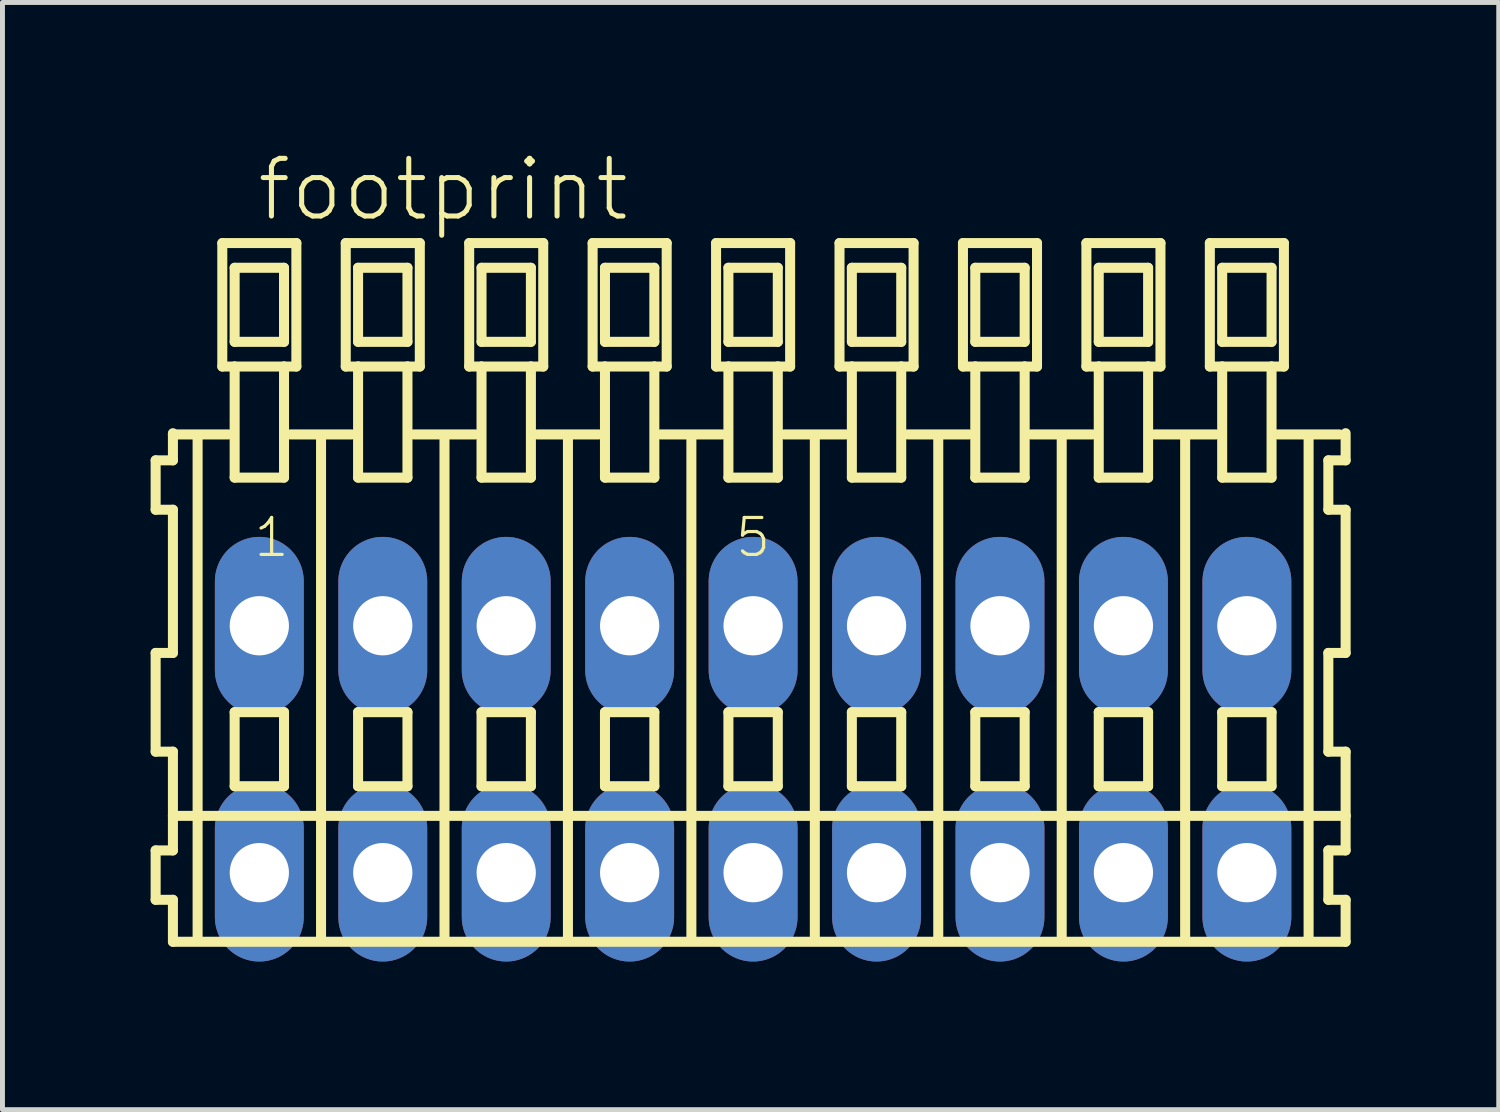
<source format=kicad_pcb>
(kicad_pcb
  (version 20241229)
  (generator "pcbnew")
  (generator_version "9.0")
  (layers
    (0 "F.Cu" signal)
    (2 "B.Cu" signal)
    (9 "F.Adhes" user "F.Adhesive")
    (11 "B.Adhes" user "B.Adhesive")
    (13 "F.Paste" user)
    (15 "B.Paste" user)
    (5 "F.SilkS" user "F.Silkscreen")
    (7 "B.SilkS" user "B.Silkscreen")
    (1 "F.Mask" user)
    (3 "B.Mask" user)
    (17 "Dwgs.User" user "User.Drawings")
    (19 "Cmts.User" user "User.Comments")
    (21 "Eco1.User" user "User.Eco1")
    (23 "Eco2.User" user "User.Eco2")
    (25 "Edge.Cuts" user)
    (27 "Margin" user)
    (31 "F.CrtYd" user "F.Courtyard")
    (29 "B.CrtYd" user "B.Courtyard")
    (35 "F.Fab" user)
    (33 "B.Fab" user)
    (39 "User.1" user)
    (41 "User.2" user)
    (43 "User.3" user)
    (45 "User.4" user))
  (footprint "footprint"
    (layer "F.Cu")
    (at 12.202 12.123)
    (property "Reference" "footprint" (at -10.1 -10.65 0) (layer "F.SilkS") (effects (font (size 1.168 1.168) (thickness 0.102)) (justify left bottom)))
    (fp_line (start -12.1 -5.85) (end -12.1 -4.85) (stroke (width 0.203) (type solid)) (layer "F.SilkS"))
    (fp_line (start -12.1 -4.85) (end -11.75 -4.85) (stroke (width 0.203) (type solid)) (layer "F.SilkS"))
    (fp_line (start -12.1 -1.95) (end -12.1 0.05) (stroke (width 0.203) (type solid)) (layer "F.SilkS"))
    (fp_line (start -12.1 0.05) (end -11.75 0.05) (stroke (width 0.203) (type solid)) (layer "F.SilkS"))
    (fp_line (start -12.1 2.05) (end -12.1 3.05) (stroke (width 0.203) (type solid)) (layer "F.SilkS"))
    (fp_line (start -12.1 3.05) (end -11.75 3.05) (stroke (width 0.203) (type solid)) (layer "F.SilkS"))
    (fp_line (start -11.75 -6.4) (end -11.75 -6.375) (stroke (width 0.203) (type solid)) (layer "F.SilkS"))
    (fp_line (start -11.75 -6.375) (end -11.75 -5.85) (stroke (width 0.203) (type solid)) (layer "F.SilkS"))
    (fp_line (start -11.75 -6.375) (end -10.625 -6.375) (stroke (width 0.203) (type solid)) (layer "F.SilkS"))
    (fp_line (start -11.75 -5.85) (end -12.1 -5.85) (stroke (width 0.203) (type solid)) (layer "F.SilkS"))
    (fp_line (start -11.75 -4.85) (end -11.75 -1.95) (stroke (width 0.203) (type solid)) (layer "F.SilkS"))
    (fp_line (start -11.75 -1.95) (end -12.1 -1.95) (stroke (width 0.203) (type solid)) (layer "F.SilkS"))
    (fp_line (start -11.75 0.05) (end -11.75 1.35) (stroke (width 0.203) (type solid)) (layer "F.SilkS"))
    (fp_line (start -11.75 1.35) (end -11.75 2.05) (stroke (width 0.203) (type solid)) (layer "F.SilkS"))
    (fp_line (start -11.75 1.35) (end 12 1.35) (stroke (width 0.203) (type solid)) (layer "F.SilkS"))
    (fp_line (start -11.75 2.05) (end -12.1 2.05) (stroke (width 0.203) (type solid)) (layer "F.SilkS"))
    (fp_line (start -11.75 3.05) (end -11.75 3.9) (stroke (width 0.203) (type solid)) (layer "F.SilkS"))
    (fp_line (start -11.75 3.9) (end 12 3.9) (stroke (width 0.203) (type solid)) (layer "F.SilkS"))
    (fp_line (start -11.25 -6.35) (end -11.25 3.8) (stroke (width 0.203) (type solid)) (layer "F.SilkS"))
    (fp_line (start -10.75 -10.25) (end -10.75 -7.75) (stroke (width 0.203) (type solid)) (layer "F.SilkS"))
    (fp_line (start -10.75 -7.75) (end -10.5 -7.75) (stroke (width 0.203) (type solid)) (layer "F.SilkS"))
    (fp_line (start -10.5 -9.75) (end -10.5 -8.25) (stroke (width 0.203) (type solid)) (layer "F.SilkS"))
    (fp_line (start -10.5 -8.25) (end -9.5 -8.25) (stroke (width 0.203) (type solid)) (layer "F.SilkS"))
    (fp_line (start -10.5 -7.75) (end -10.5 -5.5) (stroke (width 0.203) (type solid)) (layer "F.SilkS"))
    (fp_line (start -10.5 -7.75) (end -9.5 -7.75) (stroke (width 0.203) (type solid)) (layer "F.SilkS"))
    (fp_line (start -10.5 -5.5) (end -9.5 -5.5) (stroke (width 0.203) (type solid)) (layer "F.SilkS"))
    (fp_line (start -10.5 -0.75) (end -10.5 0.75) (stroke (width 0.203) (type solid)) (layer "F.SilkS"))
    (fp_line (start -10.5 0.75) (end -9.5 0.75) (stroke (width 0.203) (type solid)) (layer "F.SilkS"))
    (fp_line (start -9.5 -9.75) (end -10.5 -9.75) (stroke (width 0.203) (type solid)) (layer "F.SilkS"))
    (fp_line (start -9.5 -8.25) (end -9.5 -9.75) (stroke (width 0.203) (type solid)) (layer "F.SilkS"))
    (fp_line (start -9.5 -7.75) (end -9.25 -7.75) (stroke (width 0.203) (type solid)) (layer "F.SilkS"))
    (fp_line (start -9.5 -5.5) (end -9.5 -7.75) (stroke (width 0.203) (type solid)) (layer "F.SilkS"))
    (fp_line (start -9.5 -0.75) (end -10.5 -0.75) (stroke (width 0.203) (type solid)) (layer "F.SilkS"))
    (fp_line (start -9.5 0.75) (end -9.5 -0.75) (stroke (width 0.203) (type solid)) (layer "F.SilkS"))
    (fp_line (start -9.375 -6.375) (end -8.125 -6.375) (stroke (width 0.203) (type solid)) (layer "F.SilkS"))
    (fp_line (start -9.25 -10.25) (end -10.75 -10.25) (stroke (width 0.203) (type solid)) (layer "F.SilkS"))
    (fp_line (start -9.25 -7.75) (end -9.25 -10.25) (stroke (width 0.203) (type solid)) (layer "F.SilkS"))
    (fp_line (start -8.75 -6.35) (end -8.75 3.8) (stroke (width 0.203) (type solid)) (layer "F.SilkS"))
    (fp_line (start -8.25 -10.25) (end -8.25 -7.75) (stroke (width 0.203) (type solid)) (layer "F.SilkS"))
    (fp_line (start -8.25 -7.75) (end -8 -7.75) (stroke (width 0.203) (type solid)) (layer "F.SilkS"))
    (fp_line (start -8 -9.75) (end -8 -8.25) (stroke (width 0.203) (type solid)) (layer "F.SilkS"))
    (fp_line (start -8 -8.25) (end -7 -8.25) (stroke (width 0.203) (type solid)) (layer "F.SilkS"))
    (fp_line (start -8 -7.75) (end -8 -5.5) (stroke (width 0.203) (type solid)) (layer "F.SilkS"))
    (fp_line (start -8 -7.75) (end -7 -7.75) (stroke (width 0.203) (type solid)) (layer "F.SilkS"))
    (fp_line (start -8 -5.5) (end -7 -5.5) (stroke (width 0.203) (type solid)) (layer "F.SilkS"))
    (fp_line (start -8 -0.75) (end -8 0.75) (stroke (width 0.203) (type solid)) (layer "F.SilkS"))
    (fp_line (start -8 0.75) (end -7 0.75) (stroke (width 0.203) (type solid)) (layer "F.SilkS"))
    (fp_line (start -7 -9.75) (end -8 -9.75) (stroke (width 0.203) (type solid)) (layer "F.SilkS"))
    (fp_line (start -7 -8.25) (end -7 -9.75) (stroke (width 0.203) (type solid)) (layer "F.SilkS"))
    (fp_line (start -7 -7.75) (end -6.75 -7.75) (stroke (width 0.203) (type solid)) (layer "F.SilkS"))
    (fp_line (start -7 -5.5) (end -7 -7.75) (stroke (width 0.203) (type solid)) (layer "F.SilkS"))
    (fp_line (start -7 -0.75) (end -8 -0.75) (stroke (width 0.203) (type solid)) (layer "F.SilkS"))
    (fp_line (start -7 0.75) (end -7 -0.75) (stroke (width 0.203) (type solid)) (layer "F.SilkS"))
    (fp_line (start -6.875 -6.375) (end -5.625 -6.375) (stroke (width 0.203) (type solid)) (layer "F.SilkS"))
    (fp_line (start -6.75 -10.25) (end -8.25 -10.25) (stroke (width 0.203) (type solid)) (layer "F.SilkS"))
    (fp_line (start -6.75 -7.75) (end -6.75 -10.25) (stroke (width 0.203) (type solid)) (layer "F.SilkS"))
    (fp_line (start -6.25 -6.35) (end -6.25 3.8) (stroke (width 0.203) (type solid)) (layer "F.SilkS"))
    (fp_line (start -5.75 -10.25) (end -5.75 -7.75) (stroke (width 0.203) (type solid)) (layer "F.SilkS"))
    (fp_line (start -5.75 -7.75) (end -5.5 -7.75) (stroke (width 0.203) (type solid)) (layer "F.SilkS"))
    (fp_line (start -5.5 -9.75) (end -5.5 -8.25) (stroke (width 0.203) (type solid)) (layer "F.SilkS"))
    (fp_line (start -5.5 -8.25) (end -4.5 -8.25) (stroke (width 0.203) (type solid)) (layer "F.SilkS"))
    (fp_line (start -5.5 -7.75) (end -5.5 -5.5) (stroke (width 0.203) (type solid)) (layer "F.SilkS"))
    (fp_line (start -5.5 -7.75) (end -4.5 -7.75) (stroke (width 0.203) (type solid)) (layer "F.SilkS"))
    (fp_line (start -5.5 -5.5) (end -4.5 -5.5) (stroke (width 0.203) (type solid)) (layer "F.SilkS"))
    (fp_line (start -5.5 -0.75) (end -5.5 0.75) (stroke (width 0.203) (type solid)) (layer "F.SilkS"))
    (fp_line (start -5.5 0.75) (end -4.5 0.75) (stroke (width 0.203) (type solid)) (layer "F.SilkS"))
    (fp_line (start -4.5 -9.75) (end -5.5 -9.75) (stroke (width 0.203) (type solid)) (layer "F.SilkS"))
    (fp_line (start -4.5 -8.25) (end -4.5 -9.75) (stroke (width 0.203) (type solid)) (layer "F.SilkS"))
    (fp_line (start -4.5 -7.75) (end -4.25 -7.75) (stroke (width 0.203) (type solid)) (layer "F.SilkS"))
    (fp_line (start -4.5 -5.5) (end -4.5 -7.75) (stroke (width 0.203) (type solid)) (layer "F.SilkS"))
    (fp_line (start -4.5 -0.75) (end -5.5 -0.75) (stroke (width 0.203) (type solid)) (layer "F.SilkS"))
    (fp_line (start -4.5 0.75) (end -4.5 -0.75) (stroke (width 0.203) (type solid)) (layer "F.SilkS"))
    (fp_line (start -4.375 -6.375) (end -3.125 -6.375) (stroke (width 0.203) (type solid)) (layer "F.SilkS"))
    (fp_line (start -4.25 -10.25) (end -5.75 -10.25) (stroke (width 0.203) (type solid)) (layer "F.SilkS"))
    (fp_line (start -4.25 -7.75) (end -4.25 -10.25) (stroke (width 0.203) (type solid)) (layer "F.SilkS"))
    (fp_line (start -3.75 -6.35) (end -3.75 3.8) (stroke (width 0.203) (type solid)) (layer "F.SilkS"))
    (fp_line (start -3.25 -10.25) (end -3.25 -7.75) (stroke (width 0.203) (type solid)) (layer "F.SilkS"))
    (fp_line (start -3.25 -7.75) (end -3 -7.75) (stroke (width 0.203) (type solid)) (layer "F.SilkS"))
    (fp_line (start -3 -9.75) (end -3 -8.25) (stroke (width 0.203) (type solid)) (layer "F.SilkS"))
    (fp_line (start -3 -8.25) (end -2 -8.25) (stroke (width 0.203) (type solid)) (layer "F.SilkS"))
    (fp_line (start -3 -7.75) (end -3 -5.5) (stroke (width 0.203) (type solid)) (layer "F.SilkS"))
    (fp_line (start -3 -7.75) (end -2 -7.75) (stroke (width 0.203) (type solid)) (layer "F.SilkS"))
    (fp_line (start -3 -5.5) (end -2 -5.5) (stroke (width 0.203) (type solid)) (layer "F.SilkS"))
    (fp_line (start -3 -0.75) (end -3 0.75) (stroke (width 0.203) (type solid)) (layer "F.SilkS"))
    (fp_line (start -3 0.75) (end -2 0.75) (stroke (width 0.203) (type solid)) (layer "F.SilkS"))
    (fp_line (start -2 -9.75) (end -3 -9.75) (stroke (width 0.203) (type solid)) (layer "F.SilkS"))
    (fp_line (start -2 -8.25) (end -2 -9.75) (stroke (width 0.203) (type solid)) (layer "F.SilkS"))
    (fp_line (start -2 -7.75) (end -1.75 -7.75) (stroke (width 0.203) (type solid)) (layer "F.SilkS"))
    (fp_line (start -2 -5.5) (end -2 -7.75) (stroke (width 0.203) (type solid)) (layer "F.SilkS"))
    (fp_line (start -2 -0.75) (end -3 -0.75) (stroke (width 0.203) (type solid)) (layer "F.SilkS"))
    (fp_line (start -2 0.75) (end -2 -0.75) (stroke (width 0.203) (type solid)) (layer "F.SilkS"))
    (fp_line (start -1.875 -6.375) (end -0.625 -6.375) (stroke (width 0.203) (type solid)) (layer "F.SilkS"))
    (fp_line (start -1.75 -10.25) (end -3.25 -10.25) (stroke (width 0.203) (type solid)) (layer "F.SilkS"))
    (fp_line (start -1.75 -7.75) (end -1.75 -10.25) (stroke (width 0.203) (type solid)) (layer "F.SilkS"))
    (fp_line (start -1.25 -6.35) (end -1.25 3.8) (stroke (width 0.203) (type solid)) (layer "F.SilkS"))
    (fp_line (start -0.75 -10.25) (end -0.75 -7.75) (stroke (width 0.203) (type solid)) (layer "F.SilkS"))
    (fp_line (start -0.75 -7.75) (end -0.5 -7.75) (stroke (width 0.203) (type solid)) (layer "F.SilkS"))
    (fp_line (start -0.5 -9.75) (end -0.5 -8.25) (stroke (width 0.203) (type solid)) (layer "F.SilkS"))
    (fp_line (start -0.5 -8.25) (end 0.5 -8.25) (stroke (width 0.203) (type solid)) (layer "F.SilkS"))
    (fp_line (start -0.5 -7.75) (end -0.5 -5.5) (stroke (width 0.203) (type solid)) (layer "F.SilkS"))
    (fp_line (start -0.5 -7.75) (end 0.5 -7.75) (stroke (width 0.203) (type solid)) (layer "F.SilkS"))
    (fp_line (start -0.5 -5.5) (end 0.5 -5.5) (stroke (width 0.203) (type solid)) (layer "F.SilkS"))
    (fp_line (start -0.5 -0.75) (end -0.5 0.75) (stroke (width 0.203) (type solid)) (layer "F.SilkS"))
    (fp_line (start -0.5 0.75) (end 0.5 0.75) (stroke (width 0.203) (type solid)) (layer "F.SilkS"))
    (fp_line (start 0.5 -9.75) (end -0.5 -9.75) (stroke (width 0.203) (type solid)) (layer "F.SilkS"))
    (fp_line (start 0.5 -8.25) (end 0.5 -9.75) (stroke (width 0.203) (type solid)) (layer "F.SilkS"))
    (fp_line (start 0.5 -7.75) (end 0.75 -7.75) (stroke (width 0.203) (type solid)) (layer "F.SilkS"))
    (fp_line (start 0.5 -5.5) (end 0.5 -7.75) (stroke (width 0.203) (type solid)) (layer "F.SilkS"))
    (fp_line (start 0.5 -0.75) (end -0.5 -0.75) (stroke (width 0.203) (type solid)) (layer "F.SilkS"))
    (fp_line (start 0.5 0.75) (end 0.5 -0.75) (stroke (width 0.203) (type solid)) (layer "F.SilkS"))
    (fp_line (start 0.625 -6.375) (end 1.875 -6.375) (stroke (width 0.203) (type solid)) (layer "F.SilkS"))
    (fp_line (start 0.75 -10.25) (end -0.75 -10.25) (stroke (width 0.203) (type solid)) (layer "F.SilkS"))
    (fp_line (start 0.75 -7.75) (end 0.75 -10.25) (stroke (width 0.203) (type solid)) (layer "F.SilkS"))
    (fp_line (start 1.25 -6.35) (end 1.25 3.8) (stroke (width 0.203) (type solid)) (layer "F.SilkS"))
    (fp_line (start 1.75 -10.25) (end 1.75 -7.75) (stroke (width 0.203) (type solid)) (layer "F.SilkS"))
    (fp_line (start 1.75 -7.75) (end 2 -7.75) (stroke (width 0.203) (type solid)) (layer "F.SilkS"))
    (fp_line (start 2 -9.75) (end 2 -8.25) (stroke (width 0.203) (type solid)) (layer "F.SilkS"))
    (fp_line (start 2 -8.25) (end 3 -8.25) (stroke (width 0.203) (type solid)) (layer "F.SilkS"))
    (fp_line (start 2 -7.75) (end 2 -5.5) (stroke (width 0.203) (type solid)) (layer "F.SilkS"))
    (fp_line (start 2 -7.75) (end 3 -7.75) (stroke (width 0.203) (type solid)) (layer "F.SilkS"))
    (fp_line (start 2 -5.5) (end 3 -5.5) (stroke (width 0.203) (type solid)) (layer "F.SilkS"))
    (fp_line (start 2 -0.75) (end 2 0.75) (stroke (width 0.203) (type solid)) (layer "F.SilkS"))
    (fp_line (start 2 0.75) (end 3 0.75) (stroke (width 0.203) (type solid)) (layer "F.SilkS"))
    (fp_line (start 3 -9.75) (end 2 -9.75) (stroke (width 0.203) (type solid)) (layer "F.SilkS"))
    (fp_line (start 3 -8.25) (end 3 -9.75) (stroke (width 0.203) (type solid)) (layer "F.SilkS"))
    (fp_line (start 3 -7.75) (end 3.25 -7.75) (stroke (width 0.203) (type solid)) (layer "F.SilkS"))
    (fp_line (start 3 -5.5) (end 3 -7.75) (stroke (width 0.203) (type solid)) (layer "F.SilkS"))
    (fp_line (start 3 -0.75) (end 2 -0.75) (stroke (width 0.203) (type solid)) (layer "F.SilkS"))
    (fp_line (start 3 0.75) (end 3 -0.75) (stroke (width 0.203) (type solid)) (layer "F.SilkS"))
    (fp_line (start 3.125 -6.375) (end 4.375 -6.375) (stroke (width 0.203) (type solid)) (layer "F.SilkS"))
    (fp_line (start 3.25 -10.25) (end 1.75 -10.25) (stroke (width 0.203) (type solid)) (layer "F.SilkS"))
    (fp_line (start 3.25 -7.75) (end 3.25 -10.25) (stroke (width 0.203) (type solid)) (layer "F.SilkS"))
    (fp_line (start 3.75 -6.35) (end 3.75 3.8) (stroke (width 0.203) (type solid)) (layer "F.SilkS"))
    (fp_line (start 4.25 -10.25) (end 4.25 -7.75) (stroke (width 0.203) (type solid)) (layer "F.SilkS"))
    (fp_line (start 4.25 -7.75) (end 4.5 -7.75) (stroke (width 0.203) (type solid)) (layer "F.SilkS"))
    (fp_line (start 4.5 -9.75) (end 4.5 -8.25) (stroke (width 0.203) (type solid)) (layer "F.SilkS"))
    (fp_line (start 4.5 -8.25) (end 5.5 -8.25) (stroke (width 0.203) (type solid)) (layer "F.SilkS"))
    (fp_line (start 4.5 -7.75) (end 4.5 -5.5) (stroke (width 0.203) (type solid)) (layer "F.SilkS"))
    (fp_line (start 4.5 -7.75) (end 5.5 -7.75) (stroke (width 0.203) (type solid)) (layer "F.SilkS"))
    (fp_line (start 4.5 -5.5) (end 5.5 -5.5) (stroke (width 0.203) (type solid)) (layer "F.SilkS"))
    (fp_line (start 4.5 -0.75) (end 4.5 0.75) (stroke (width 0.203) (type solid)) (layer "F.SilkS"))
    (fp_line (start 4.5 0.75) (end 5.5 0.75) (stroke (width 0.203) (type solid)) (layer "F.SilkS"))
    (fp_line (start 5.5 -9.75) (end 4.5 -9.75) (stroke (width 0.203) (type solid)) (layer "F.SilkS"))
    (fp_line (start 5.5 -8.25) (end 5.5 -9.75) (stroke (width 0.203) (type solid)) (layer "F.SilkS"))
    (fp_line (start 5.5 -7.75) (end 5.75 -7.75) (stroke (width 0.203) (type solid)) (layer "F.SilkS"))
    (fp_line (start 5.5 -5.5) (end 5.5 -7.75) (stroke (width 0.203) (type solid)) (layer "F.SilkS"))
    (fp_line (start 5.5 -0.75) (end 4.5 -0.75) (stroke (width 0.203) (type solid)) (layer "F.SilkS"))
    (fp_line (start 5.5 0.75) (end 5.5 -0.75) (stroke (width 0.203) (type solid)) (layer "F.SilkS"))
    (fp_line (start 5.625 -6.375) (end 6.875 -6.375) (stroke (width 0.203) (type solid)) (layer "F.SilkS"))
    (fp_line (start 5.75 -10.25) (end 4.25 -10.25) (stroke (width 0.203) (type solid)) (layer "F.SilkS"))
    (fp_line (start 5.75 -7.75) (end 5.75 -10.25) (stroke (width 0.203) (type solid)) (layer "F.SilkS"))
    (fp_line (start 6.25 -6.35) (end 6.25 3.8) (stroke (width 0.203) (type solid)) (layer "F.SilkS"))
    (fp_line (start 6.75 -10.25) (end 6.75 -7.75) (stroke (width 0.203) (type solid)) (layer "F.SilkS"))
    (fp_line (start 6.75 -7.75) (end 7 -7.75) (stroke (width 0.203) (type solid)) (layer "F.SilkS"))
    (fp_line (start 7 -9.75) (end 7 -8.25) (stroke (width 0.203) (type solid)) (layer "F.SilkS"))
    (fp_line (start 7 -8.25) (end 8 -8.25) (stroke (width 0.203) (type solid)) (layer "F.SilkS"))
    (fp_line (start 7 -7.75) (end 7 -5.5) (stroke (width 0.203) (type solid)) (layer "F.SilkS"))
    (fp_line (start 7 -7.75) (end 8 -7.75) (stroke (width 0.203) (type solid)) (layer "F.SilkS"))
    (fp_line (start 7 -5.5) (end 8 -5.5) (stroke (width 0.203) (type solid)) (layer "F.SilkS"))
    (fp_line (start 7 -0.75) (end 7 0.75) (stroke (width 0.203) (type solid)) (layer "F.SilkS"))
    (fp_line (start 7 0.75) (end 8 0.75) (stroke (width 0.203) (type solid)) (layer "F.SilkS"))
    (fp_line (start 8 -9.75) (end 7 -9.75) (stroke (width 0.203) (type solid)) (layer "F.SilkS"))
    (fp_line (start 8 -8.25) (end 8 -9.75) (stroke (width 0.203) (type solid)) (layer "F.SilkS"))
    (fp_line (start 8 -7.75) (end 8.25 -7.75) (stroke (width 0.203) (type solid)) (layer "F.SilkS"))
    (fp_line (start 8 -5.5) (end 8 -7.75) (stroke (width 0.203) (type solid)) (layer "F.SilkS"))
    (fp_line (start 8 -0.75) (end 7 -0.75) (stroke (width 0.203) (type solid)) (layer "F.SilkS"))
    (fp_line (start 8 0.75) (end 8 -0.75) (stroke (width 0.203) (type solid)) (layer "F.SilkS"))
    (fp_line (start 8.125 -6.375) (end 9.375 -6.375) (stroke (width 0.203) (type solid)) (layer "F.SilkS"))
    (fp_line (start 8.25 -10.25) (end 6.75 -10.25) (stroke (width 0.203) (type solid)) (layer "F.SilkS"))
    (fp_line (start 8.25 -7.75) (end 8.25 -10.25) (stroke (width 0.203) (type solid)) (layer "F.SilkS"))
    (fp_line (start 8.75 -6.35) (end 8.75 3.8) (stroke (width 0.203) (type solid)) (layer "F.SilkS"))
    (fp_line (start 9.25 -10.25) (end 9.25 -7.75) (stroke (width 0.203) (type solid)) (layer "F.SilkS"))
    (fp_line (start 9.25 -7.75) (end 9.5 -7.75) (stroke (width 0.203) (type solid)) (layer "F.SilkS"))
    (fp_line (start 9.5 -9.75) (end 9.5 -8.25) (stroke (width 0.203) (type solid)) (layer "F.SilkS"))
    (fp_line (start 9.5 -8.25) (end 10.5 -8.25) (stroke (width 0.203) (type solid)) (layer "F.SilkS"))
    (fp_line (start 9.5 -7.75) (end 9.5 -5.5) (stroke (width 0.203) (type solid)) (layer "F.SilkS"))
    (fp_line (start 9.5 -7.75) (end 10.5 -7.75) (stroke (width 0.203) (type solid)) (layer "F.SilkS"))
    (fp_line (start 9.5 -5.5) (end 10.5 -5.5) (stroke (width 0.203) (type solid)) (layer "F.SilkS"))
    (fp_line (start 9.5 -0.75) (end 9.5 0.75) (stroke (width 0.203) (type solid)) (layer "F.SilkS"))
    (fp_line (start 9.5 0.75) (end 10.5 0.75) (stroke (width 0.203) (type solid)) (layer "F.SilkS"))
    (fp_line (start 10.5 -9.75) (end 9.5 -9.75) (stroke (width 0.203) (type solid)) (layer "F.SilkS"))
    (fp_line (start 10.5 -8.25) (end 10.5 -9.75) (stroke (width 0.203) (type solid)) (layer "F.SilkS"))
    (fp_line (start 10.5 -7.75) (end 10.75 -7.75) (stroke (width 0.203) (type solid)) (layer "F.SilkS"))
    (fp_line (start 10.5 -5.5) (end 10.5 -7.75) (stroke (width 0.203) (type solid)) (layer "F.SilkS"))
    (fp_line (start 10.5 -0.75) (end 9.5 -0.75) (stroke (width 0.203) (type solid)) (layer "F.SilkS"))
    (fp_line (start 10.5 0.75) (end 10.5 -0.75) (stroke (width 0.203) (type solid)) (layer "F.SilkS"))
    (fp_line (start 10.625 -6.375) (end 11.875 -6.375) (stroke (width 0.203) (type solid)) (layer "F.SilkS"))
    (fp_line (start 10.75 -10.25) (end 9.25 -10.25) (stroke (width 0.203) (type solid)) (layer "F.SilkS"))
    (fp_line (start 10.75 -7.75) (end 10.75 -10.25) (stroke (width 0.203) (type solid)) (layer "F.SilkS"))
    (fp_line (start 11.25 -6.35) (end 11.25 3.8) (stroke (width 0.203) (type solid)) (layer "F.SilkS"))
    (fp_line (start 11.65 -5.85) (end 11.65 -4.85) (stroke (width 0.203) (type solid)) (layer "F.SilkS"))
    (fp_line (start 11.65 -4.85) (end 12 -4.85) (stroke (width 0.203) (type solid)) (layer "F.SilkS"))
    (fp_line (start 11.65 -1.95) (end 11.65 0.05) (stroke (width 0.203) (type solid)) (layer "F.SilkS"))
    (fp_line (start 11.65 0.05) (end 12 0.05) (stroke (width 0.203) (type solid)) (layer "F.SilkS"))
    (fp_line (start 11.65 2.05) (end 11.65 3.05) (stroke (width 0.203) (type solid)) (layer "F.SilkS"))
    (fp_line (start 11.65 3.05) (end 12 3.05) (stroke (width 0.203) (type solid)) (layer "F.SilkS"))
    (fp_line (start 12 -5.85) (end 11.65 -5.85) (stroke (width 0.203) (type solid)) (layer "F.SilkS"))
    (fp_line (start 12 -5.85) (end 12 -6.4) (stroke (width 0.203) (type solid)) (layer "F.SilkS"))
    (fp_line (start 12 -1.95) (end 11.65 -1.95) (stroke (width 0.203) (type solid)) (layer "F.SilkS"))
    (fp_line (start 12 -1.95) (end 12 -4.85) (stroke (width 0.203) (type solid)) (layer "F.SilkS"))
    (fp_line (start 12 1.35) (end 12 0.05) (stroke (width 0.203) (type solid)) (layer "F.SilkS"))
    (fp_line (start 12 2.05) (end 11.65 2.05) (stroke (width 0.203) (type solid)) (layer "F.SilkS"))
    (fp_line (start 12 2.05) (end 12 1.35) (stroke (width 0.203) (type solid)) (layer "F.SilkS"))
    (fp_line (start 12 3.9) (end 12 3.05) (stroke (width 0.203) (type solid)) (layer "F.SilkS"))
    (fp_text user "1" (at -10.15 -3.85 0) (layer "F.SilkS") (effects (font (size 0.748 0.748) (thickness 0.065)) (justify left bottom)))
    (fp_text user "5" (at -0.4 -3.85 0) (layer "F.SilkS") (effects (font (size 0.748 0.748) (thickness 0.065)) (justify left bottom)))
    (pad "A1" thru_hole oval (at -10 -2.5 90) (size 3.6 1.8) (drill 1.2) (layers "*.Cu" "*.Mask"))
    (pad "A2" thru_hole oval (at -7.5 -2.5 90) (size 3.6 1.8) (drill 1.2) (layers "*.Cu" "*.Mask"))
    (pad "A3" thru_hole oval (at -5 -2.5 90) (size 3.6 1.8) (drill 1.2) (layers "*.Cu" "*.Mask"))
    (pad "A4" thru_hole oval (at -2.5 -2.5 90) (size 3.6 1.8) (drill 1.2) (layers "*.Cu" "*.Mask"))
    (pad "A5" thru_hole oval (at 0 -2.5 90) (size 3.6 1.8) (drill 1.2) (layers "*.Cu" "*.Mask"))
    (pad "A6" thru_hole oval (at 2.5 -2.5 90) (size 3.6 1.8) (drill 1.2) (layers "*.Cu" "*.Mask"))
    (pad "A7" thru_hole oval (at 5 -2.5 90) (size 3.6 1.8) (drill 1.2) (layers "*.Cu" "*.Mask"))
    (pad "A8" thru_hole oval (at 7.5 -2.5 90) (size 3.6 1.8) (drill 1.2) (layers "*.Cu" "*.Mask"))
    (pad "A9" thru_hole oval (at 10 -2.5 90) (size 3.6 1.8) (drill 1.2) (layers "*.Cu" "*.Mask"))
    (pad "B1" thru_hole oval (at -10 2.5 90) (size 3.6 1.8) (drill 1.2) (layers "*.Cu" "*.Mask"))
    (pad "B2" thru_hole oval (at -7.5 2.5 90) (size 3.6 1.8) (drill 1.2) (layers "*.Cu" "*.Mask"))
    (pad "B3" thru_hole oval (at -5 2.5 90) (size 3.6 1.8) (drill 1.2) (layers "*.Cu" "*.Mask"))
    (pad "B4" thru_hole oval (at -2.5 2.5 90) (size 3.6 1.8) (drill 1.2) (layers "*.Cu" "*.Mask"))
    (pad "B5" thru_hole oval (at 0 2.5 90) (size 3.6 1.8) (drill 1.2) (layers "*.Cu" "*.Mask"))
    (pad "B6" thru_hole oval (at 2.5 2.5 90) (size 3.6 1.8) (drill 1.2) (layers "*.Cu" "*.Mask"))
    (pad "B7" thru_hole oval (at 5 2.5 90) (size 3.6 1.8) (drill 1.2) (layers "*.Cu" "*.Mask"))
    (pad "B8" thru_hole oval (at 7.5 2.5 90) (size 3.6 1.8) (drill 1.2) (layers "*.Cu" "*.Mask"))
    (pad "B9" thru_hole oval (at 10 2.5 90) (size 3.6 1.8) (drill 1.2) (layers "*.Cu" "*.Mask")))
  (gr_rect
    (start -3 -3)
    (end 27.303 19.423)
    (stroke (width 0.1) (type default))
    (fill no)
    (layer "Edge.Cuts")))
</source>
